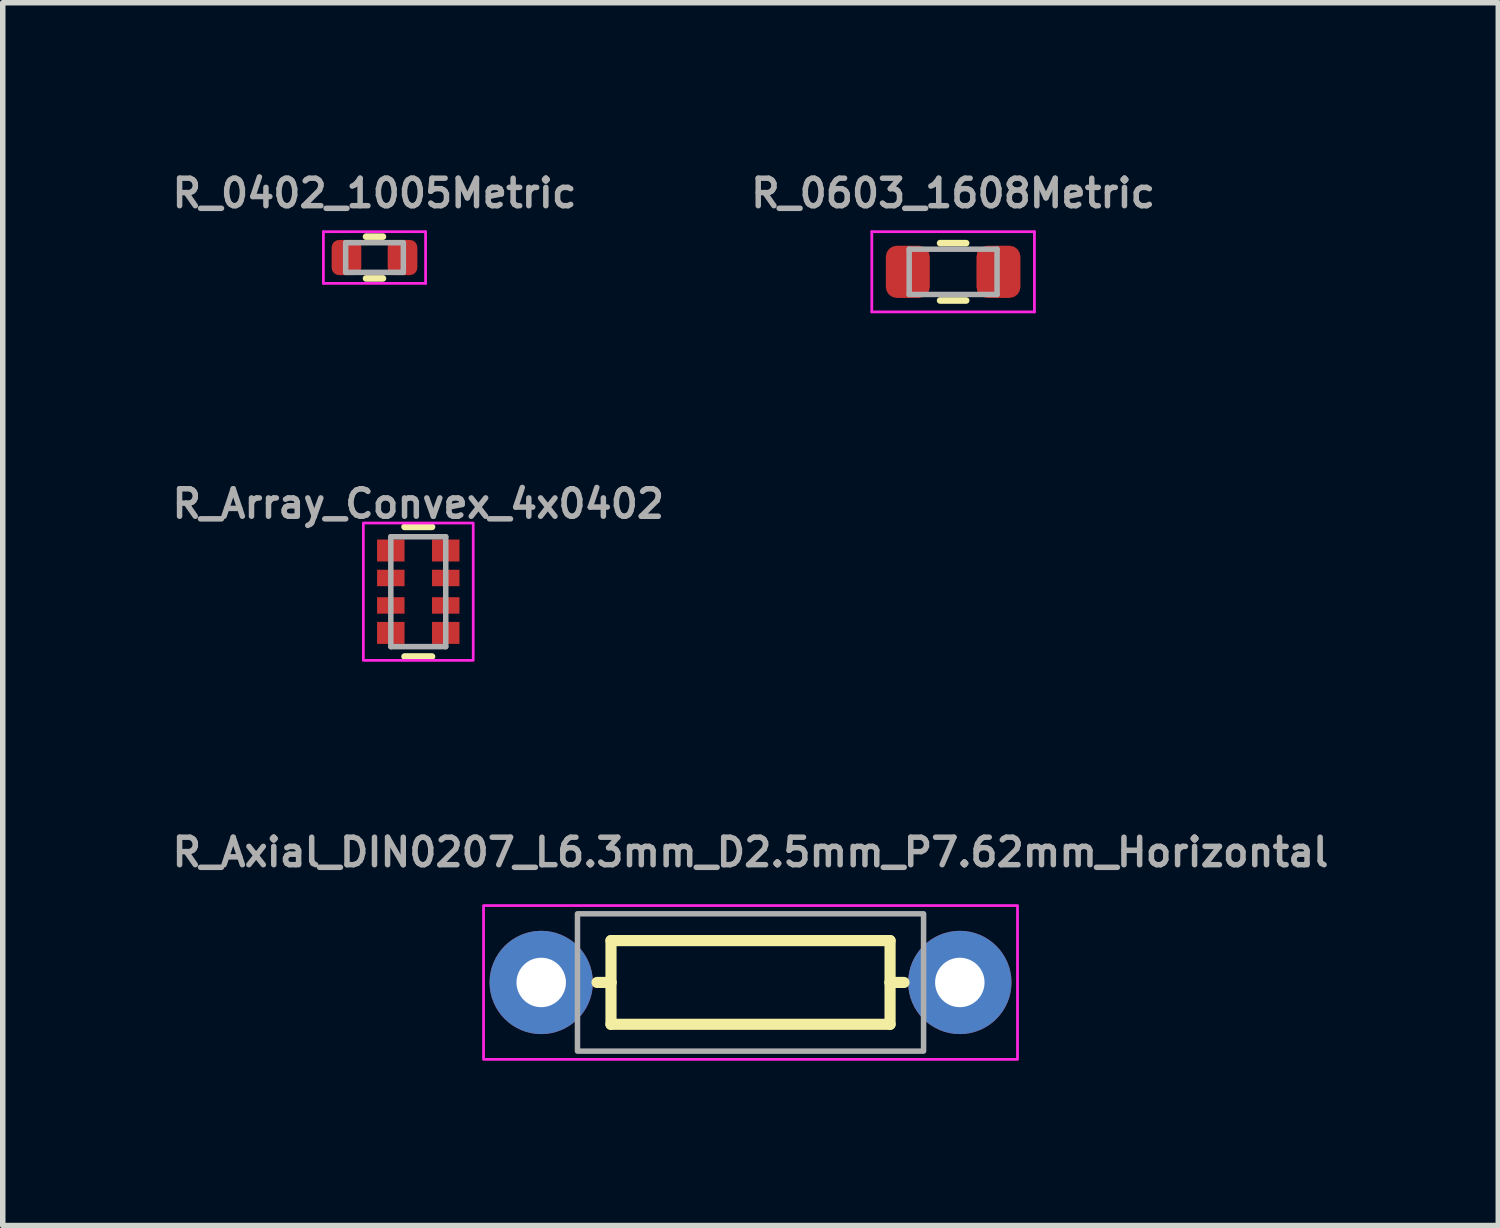
<source format=kicad_pcb>
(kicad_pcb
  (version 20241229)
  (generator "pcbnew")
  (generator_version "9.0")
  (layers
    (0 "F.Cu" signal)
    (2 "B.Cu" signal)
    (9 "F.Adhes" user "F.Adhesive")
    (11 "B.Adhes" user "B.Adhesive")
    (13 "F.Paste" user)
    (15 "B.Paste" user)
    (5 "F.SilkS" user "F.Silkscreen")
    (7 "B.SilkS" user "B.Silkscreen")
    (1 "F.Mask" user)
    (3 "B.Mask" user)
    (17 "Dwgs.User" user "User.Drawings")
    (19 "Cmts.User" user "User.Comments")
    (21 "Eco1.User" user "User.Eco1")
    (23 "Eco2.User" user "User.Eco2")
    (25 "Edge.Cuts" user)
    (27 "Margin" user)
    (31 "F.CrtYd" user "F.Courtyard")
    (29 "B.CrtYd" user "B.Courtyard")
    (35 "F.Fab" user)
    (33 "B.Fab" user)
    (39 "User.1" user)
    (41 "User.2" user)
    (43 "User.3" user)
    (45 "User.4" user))
  (footprint "R_0402_1005Metric"
    (layer "F.Cu")
    (at 3.767 1.638)
    (property "Reference" "R_0402_1005Metric" (at 0 -1.17 0) (layer "F.Fab") (effects (font (size 0.5 0.5) (thickness 0.1) (bold yes))))
    (attr smd)
    (fp_line (start -0.154 -0.38) (end 0.154 -0.38) (stroke (width 0.12) (type solid)) (layer "F.SilkS"))
    (fp_line (start -0.154 0.38) (end 0.154 0.38) (stroke (width 0.12) (type solid)) (layer "F.SilkS"))
    (fp_line (start -0.93 -0.47) (end 0.93 -0.47) (stroke (width 0.05) (type solid)) (layer "F.CrtYd"))
    (fp_line (start -0.93 0.47) (end -0.93 -0.47) (stroke (width 0.05) (type solid)) (layer "F.CrtYd"))
    (fp_line (start 0.93 -0.47) (end 0.93 0.47) (stroke (width 0.05) (type solid)) (layer "F.CrtYd"))
    (fp_line (start 0.93 0.47) (end -0.93 0.47) (stroke (width 0.05) (type solid)) (layer "F.CrtYd"))
    (fp_line (start -0.525 -0.27) (end 0.525 -0.27) (stroke (width 0.1) (type solid)) (layer "F.Fab"))
    (fp_line (start -0.525 0.27) (end -0.525 -0.27) (stroke (width 0.1) (type solid)) (layer "F.Fab"))
    (fp_line (start 0.525 -0.27) (end 0.525 0.27) (stroke (width 0.1) (type solid)) (layer "F.Fab"))
    (fp_line (start 0.525 0.27) (end -0.525 0.27) (stroke (width 0.1) (type solid)) (layer "F.Fab"))
    (pad "1" smd roundrect (at -0.51 0) (size 0.54 0.64) (layers "F.Cu" "F.Mask" "F.Paste") (roundrect_rratio 0.25))
    (pad "2" smd roundrect (at 0.51 0) (size 0.54 0.64) (layers "F.Cu" "F.Mask" "F.Paste") (roundrect_rratio 0.25)))
  (footprint "R_Array_Convex_4x0402"
    (layer "F.Cu")
    (at 4.564 7.721)
    (property "Reference" "R_Array_Convex_4x0402" (at 0 -1.6 0) (unlocked yes) (layer "F.Fab") (effects (font (size 0.5 0.5) (thickness 0.1))))
    (attr smd)
    (fp_line (start 0.25 -1.18) (end -0.25 -1.18) (stroke (width 0.12) (type solid)) (layer "F.SilkS"))
    (fp_line (start 0.25 1.18) (end -0.25 1.18) (stroke (width 0.12) (type solid)) (layer "F.SilkS"))
    (fp_rect (start -1 -1.25) (end 1 1.25) (stroke (width 0.05) (type default)) (fill no) (layer "F.CrtYd"))
    (fp_line (start -0.5 -1) (end 0.5 -1) (stroke (width 0.1) (type solid)) (layer "F.Fab"))
    (fp_line (start -0.5 1) (end -0.5 -1) (stroke (width 0.1) (type solid)) (layer "F.Fab"))
    (fp_line (start 0.5 -1) (end 0.5 1) (stroke (width 0.1) (type solid)) (layer "F.Fab"))
    (fp_line (start 0.5 1) (end -0.5 1) (stroke (width 0.1) (type solid)) (layer "F.Fab"))
    (pad "1" smd rect (at -0.5 -0.75) (size 0.5 0.4) (layers "F.Cu" "F.Mask" "F.Paste"))
    (pad "2" smd rect (at -0.5 -0.25) (size 0.5 0.3) (layers "F.Cu" "F.Mask" "F.Paste"))
    (pad "3" smd rect (at -0.5 0.25) (size 0.5 0.3) (layers "F.Cu" "F.Mask" "F.Paste"))
    (pad "4" smd rect (at -0.5 0.75) (size 0.5 0.4) (layers "F.Cu" "F.Mask" "F.Paste"))
    (pad "5" smd rect (at 0.5 0.75) (size 0.5 0.4) (layers "F.Cu" "F.Mask" "F.Paste"))
    (pad "6" smd rect (at 0.5 0.25) (size 0.5 0.3) (layers "F.Cu" "F.Mask" "F.Paste"))
    (pad "7" smd rect (at 0.5 -0.25) (size 0.5 0.3) (layers "F.Cu" "F.Mask" "F.Paste"))
    (pad "8" smd rect (at 0.5 -0.75) (size 0.5 0.4) (layers "F.Cu" "F.Mask" "F.Paste")))
  (footprint "R_Axial_DIN0207_L6.3mm_D2.5mm_P7.62mm_Horizontal"
    (layer "F.Cu")
    (at 10.602 14.834)
    (property "Reference" "R_Axial_DIN0207_L6.3mm_D2.5mm_P7.62mm_Horizontal" (at 0.01 -2.37 0) (layer "F.Fab") (effects (font (size 0.5 0.5) (thickness 0.1))))
    (attr through_hole)
    (fp_line (start -2.53 -0.762) (end 2.55 -0.762) (stroke (width 0.203) (type solid)) (layer "F.SilkS"))
    (fp_line (start -2.53 0) (end -2.784 0) (stroke (width 0.203) (type solid)) (layer "F.SilkS"))
    (fp_line (start -2.53 0) (end -2.53 -0.762) (stroke (width 0.203) (type solid)) (layer "F.SilkS"))
    (fp_line (start -2.53 0.762) (end -2.53 0) (stroke (width 0.203) (type solid)) (layer "F.SilkS"))
    (fp_line (start 2.55 -0.762) (end 2.55 0) (stroke (width 0.203) (type solid)) (layer "F.SilkS"))
    (fp_line (start 2.55 0) (end 2.55 0.762) (stroke (width 0.203) (type solid)) (layer "F.SilkS"))
    (fp_line (start 2.55 0) (end 2.804 0) (stroke (width 0.203) (type solid)) (layer "F.SilkS"))
    (fp_line (start 2.55 0.762) (end -2.53 0.762) (stroke (width 0.203) (type solid)) (layer "F.SilkS"))
    (fp_rect (start -4.85 -1.4) (end 4.87 1.4) (stroke (width 0.05) (type solid)) (fill no) (layer "F.CrtYd"))
    (fp_rect (start -3.14 -1.25) (end 3.16 1.25) (stroke (width 0.1) (type solid)) (fill no) (layer "F.Fab"))
    (pad "1" thru_hole circle (at -3.8 0) (size 1.88 1.88) (drill 0.9) (layers "*.Cu" "*.Mask"))
    (pad "2" thru_hole circle (at 3.82 0) (size 1.88 1.88) (drill 0.9) (layers "*.Cu" "*.Mask")))
  (footprint "R_0603_1608Metric"
    (layer "F.Cu")
    (at 14.3 1.898)
    (property "Reference" "R_0603_1608Metric" (at 0 -1.43 0) (layer "F.Fab") (effects (font (size 0.5 0.5) (thickness 0.1) (bold yes))))
    (attr smd)
    (fp_line (start -0.237 -0.522) (end 0.237 -0.522) (stroke (width 0.12) (type solid)) (layer "F.SilkS"))
    (fp_line (start -0.237 0.522) (end 0.237 0.522) (stroke (width 0.12) (type solid)) (layer "F.SilkS"))
    (fp_line (start -1.48 -0.73) (end 1.48 -0.73) (stroke (width 0.05) (type solid)) (layer "F.CrtYd"))
    (fp_line (start -1.48 0.73) (end -1.48 -0.73) (stroke (width 0.05) (type solid)) (layer "F.CrtYd"))
    (fp_line (start 1.48 -0.73) (end 1.48 0.73) (stroke (width 0.05) (type solid)) (layer "F.CrtYd"))
    (fp_line (start 1.48 0.73) (end -1.48 0.73) (stroke (width 0.05) (type solid)) (layer "F.CrtYd"))
    (fp_line (start -0.8 -0.412) (end 0.8 -0.412) (stroke (width 0.1) (type solid)) (layer "F.Fab"))
    (fp_line (start -0.8 0.412) (end -0.8 -0.412) (stroke (width 0.1) (type solid)) (layer "F.Fab"))
    (fp_line (start 0.8 -0.412) (end 0.8 0.412) (stroke (width 0.1) (type solid)) (layer "F.Fab"))
    (fp_line (start 0.8 0.412) (end -0.8 0.412) (stroke (width 0.1) (type solid)) (layer "F.Fab"))
    (pad "1" smd roundrect (at -0.825 0) (size 0.8 0.95) (layers "F.Cu" "F.Mask" "F.Paste") (roundrect_rratio 0.25))
    (pad "2" smd roundrect (at 0.825 0) (size 0.8 0.95) (layers "F.Cu" "F.Mask" "F.Paste") (roundrect_rratio 0.25)))
  (gr_rect
    (start -3 -3)
    (end 24.224 19.259)
    (stroke (width 0.1) (type default))
    (fill no)
    (layer "Edge.Cuts")))
</source>
